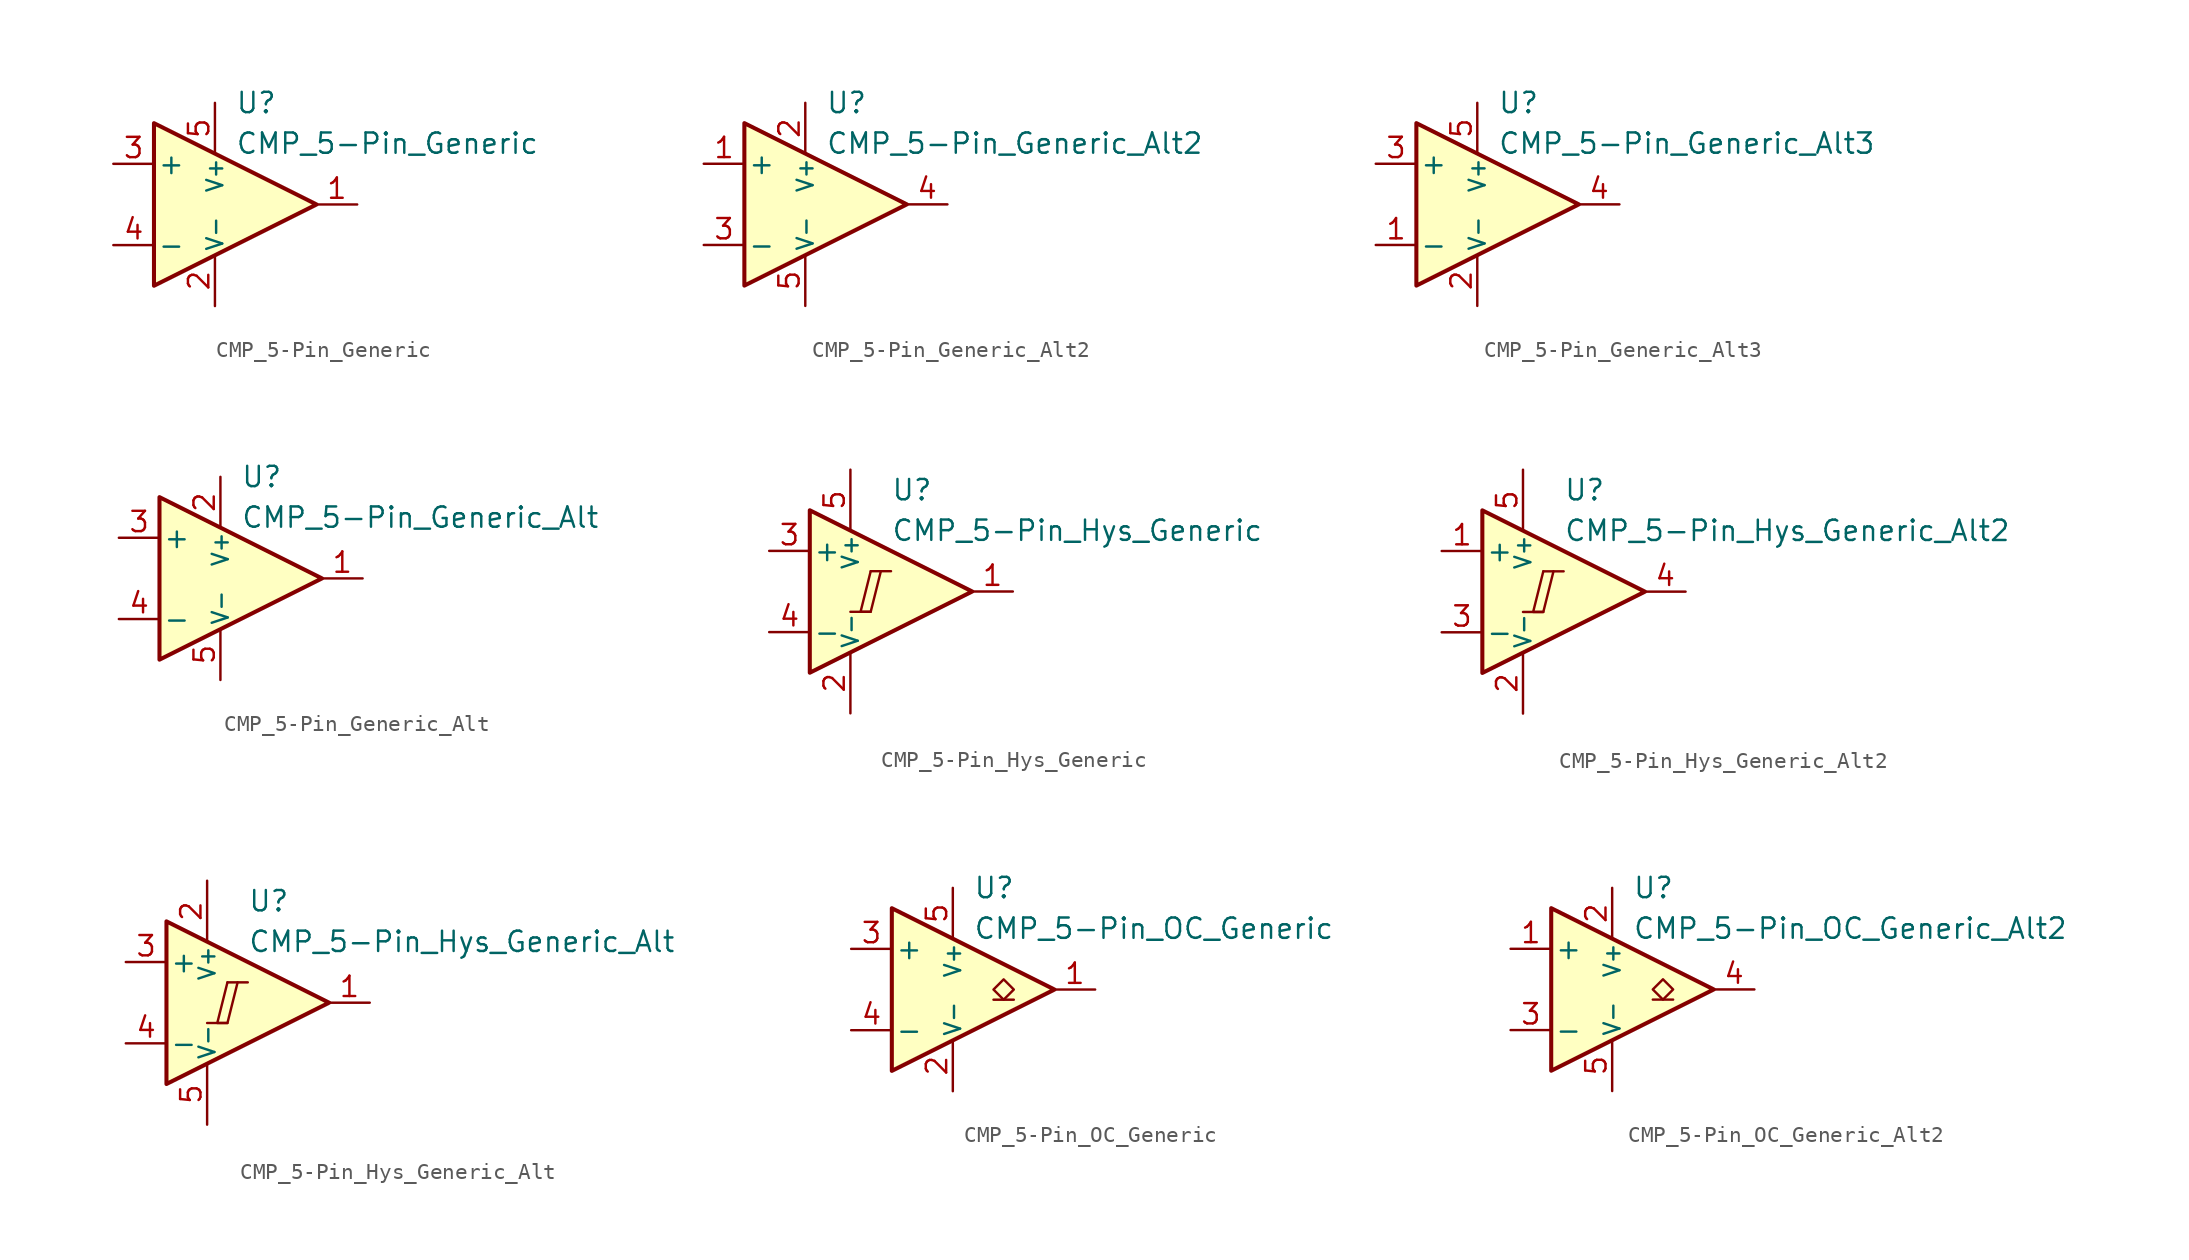
<source format=kicad_sym>
(kicad_symbol_lib
  (version 20211014)
  (generator kicad_symbol_editor)
  (symbol "CMP_5-Pin_Generic"
    (pin_names
      (offset 0.2))
    (property "Reference" "U"
      (at 1.27 6.35 0)
      (effects (font (size 1.27 1.27)) (justify left)))
    (property "Value" "CMP_5-Pin_Generic"
      (at 1.27 3.81 0)
      (effects (font (size 1.27 1.27)) (justify left)))
    (symbol "CMP_5-Pin_Generic_0_1"
      (polyline (pts (xy -3.81 5.08) (xy -3.81 -5.08) (xy 6.35 0) (xy -3.81 5.08)) (stroke (width 0.254) (type default) (color 0 0 0 0)) (fill (type background))))
    (symbol "CMP_5-Pin_Generic_1_1"
      (pin output line (at 8.89 0 180) (length 2.54) (name "~" (effects (font (size 1.27 1.27)))) (number "1" (effects (font (size 1.27 1.27)))))
      (pin power_in line (at 0 -6.35 90) (length 3.18) (name "V-" (effects (font (size 1 1)))) (number "2" (effects (font (size 1.27 1.27)))))
      (pin input line (at -6.35 2.54 0) (length 2.54) (name "+" (effects (font (size 1.27 1.27)))) (number "3" (effects (font (size 1.27 1.27)))))
      (pin input line (at -6.35 -2.54 0) (length 2.54) (name "-" (effects (font (size 1.27 1.27)))) (number "4" (effects (font (size 1.27 1.27)))))
      (pin power_in line (at 0 6.35 270) (length 3.18) (name "V+" (effects (font (size 1 1)))) (number "5" (effects (font (size 1.27 1.27)))))))
  (symbol "CMP_5-Pin_Generic_Alt2"
    (pin_names
      (offset 0.2))
    (property "Reference" "U"
      (at 1.27 6.35 0)
      (effects (font (size 1.27 1.27)) (justify left)))
    (property "Value" "CMP_5-Pin_Generic_Alt2"
      (at 1.27 3.81 0)
      (effects (font (size 1.27 1.27)) (justify left)))
    (symbol "CMP_5-Pin_Generic_Alt2_0_1"
      (polyline (pts (xy -3.81 5.08) (xy -3.81 -5.08) (xy 6.35 0) (xy -3.81 5.08)) (stroke (width 0.254) (type default) (color 0 0 0 0)) (fill (type background))))
    (symbol "CMP_5-Pin_Generic_Alt2_1_1"
      (pin input line (at -6.35 2.54 0) (length 2.54) (name "+" (effects (font (size 1.27 1.27)))) (number "1" (effects (font (size 1.27 1.27)))))
      (pin power_in line (at 0 6.35 270) (length 3.18) (name "V+" (effects (font (size 1 1)))) (number "2" (effects (font (size 1.27 1.27)))))
      (pin input line (at -6.35 -2.54 0) (length 2.54) (name "-" (effects (font (size 1.27 1.27)))) (number "3" (effects (font (size 1.27 1.27)))))
      (pin output line (at 8.89 0 180) (length 2.54) (name "~" (effects (font (size 1.27 1.27)))) (number "4" (effects (font (size 1.27 1.27)))))
      (pin power_in line (at 0 -6.35 90) (length 3.18) (name "V-" (effects (font (size 1 1)))) (number "5" (effects (font (size 1.27 1.27)))))))
  (symbol "CMP_5-Pin_Generic_Alt3"
    (pin_names
      (offset 0.2))
    (property "Reference" "U"
      (at 1.27 6.35 0)
      (effects (font (size 1.27 1.27)) (justify left)))
    (property "Value" "CMP_5-Pin_Generic_Alt3"
      (at 1.27 3.81 0)
      (effects (font (size 1.27 1.27)) (justify left)))
    (symbol "CMP_5-Pin_Generic_Alt3_0_1"
      (polyline (pts (xy -3.81 5.08) (xy -3.81 -5.08) (xy 6.35 0) (xy -3.81 5.08)) (stroke (width 0.254) (type default) (color 0 0 0 0)) (fill (type background))))
    (symbol "CMP_5-Pin_Generic_Alt3_1_1"
      (pin input line (at -6.35 -2.54 0) (length 2.54) (name "-" (effects (font (size 1.27 1.27)))) (number "1" (effects (font (size 1.27 1.27)))))
      (pin power_in line (at 0 -6.35 90) (length 3.18) (name "V-" (effects (font (size 1 1)))) (number "2" (effects (font (size 1.27 1.27)))))
      (pin input line (at -6.35 2.54 0) (length 2.54) (name "+" (effects (font (size 1.27 1.27)))) (number "3" (effects (font (size 1.27 1.27)))))
      (pin output line (at 8.89 0 180) (length 2.54) (name "~" (effects (font (size 1.27 1.27)))) (number "4" (effects (font (size 1.27 1.27)))))
      (pin power_in line (at 0 6.35 270) (length 3.18) (name "V+" (effects (font (size 1 1)))) (number "5" (effects (font (size 1.27 1.27)))))))
  (symbol "CMP_5-Pin_Generic_Alt"
    (pin_names
      (offset 0.2))
    (property "Reference" "U"
      (at 1.27 6.35 0)
      (effects (font (size 1.27 1.27)) (justify left)))
    (property "Value" "CMP_5-Pin_Generic_Alt"
      (at 1.27 3.81 0)
      (effects (font (size 1.27 1.27)) (justify left)))
    (symbol "CMP_5-Pin_Generic_Alt_0_1"
      (polyline (pts (xy -3.81 5.08) (xy -3.81 -5.08) (xy 6.35 0) (xy -3.81 5.08)) (stroke (width 0.254) (type default) (color 0 0 0 0)) (fill (type background))))
    (symbol "CMP_5-Pin_Generic_Alt_1_1"
      (pin output line (at 8.89 0 180) (length 2.54) (name "~" (effects (font (size 1.27 1.27)))) (number "1" (effects (font (size 1.27 1.27)))))
      (pin power_in line (at 0 6.35 270) (length 3.18) (name "V+" (effects (font (size 1 1)))) (number "2" (effects (font (size 1.27 1.27)))))
      (pin input line (at -6.35 2.54 0) (length 2.54) (name "+" (effects (font (size 1.27 1.27)))) (number "3" (effects (font (size 1.27 1.27)))))
      (pin input line (at -6.35 -2.54 0) (length 2.54) (name "-" (effects (font (size 1.27 1.27)))) (number "4" (effects (font (size 1.27 1.27)))))
      (pin power_in line (at 0 -6.35 90) (length 3.18) (name "V-" (effects (font (size 1 1)))) (number "5" (effects (font (size 1.27 1.27)))))))
  (symbol "CMP_5-Pin_Hys_Generic"
    (pin_names
      (offset 0.2))
    (property "Reference" "U"
      (at 1.27 6.35 0)
      (effects (font (size 1.27 1.27)) (justify left)))
    (property "Value" "CMP_5-Pin_Hys_Generic"
      (at 1.27 3.81 0)
      (effects (font (size 1.27 1.27)) (justify left)))
    (symbol "CMP_5-Pin_Hys_Generic_0_0"
      (polyline (pts (xy -1.27 -1.27) (xy 0 -1.27)) (stroke (width 0.152) (type default) (color 0 0 0 0)) (fill (type none)))
      (polyline (pts (xy 0 1.27) (xy 1.27 1.27)) (stroke (width 0.152) (type default) (color 0 0 0 0)) (fill (type none)))
      (polyline (pts (xy 0 1.27) (xy -0.635 -1.27) (xy 0 -1.27) (xy 0.635 1.27)) (stroke (width 0.152) (type default) (color 0 0 0 0)) (fill (type none))))
    (symbol "CMP_5-Pin_Hys_Generic_0_1"
      (polyline (pts (xy -3.81 5.08) (xy -3.81 -5.08) (xy 6.35 0) (xy -3.81 5.08)) (stroke (width 0.254) (type default) (color 0 0 0 0)) (fill (type background))))
    (symbol "CMP_5-Pin_Hys_Generic_1_1"
      (pin output line (at 8.89 0 180) (length 2.54) (name "~" (effects (font (size 1.27 1.27)))) (number "1" (effects (font (size 1.27 1.27)))))
      (pin power_in line (at -1.27 -7.62 90) (length 3.81) (name "V-" (effects (font (size 1 1)))) (number "2" (effects (font (size 1.27 1.27)))))
      (pin input line (at -6.35 2.54 0) (length 2.54) (name "+" (effects (font (size 1.27 1.27)))) (number "3" (effects (font (size 1.27 1.27)))))
      (pin input line (at -6.35 -2.54 0) (length 2.54) (name "-" (effects (font (size 1.27 1.27)))) (number "4" (effects (font (size 1.27 1.27)))))
      (pin power_in line (at -1.27 7.62 270) (length 3.81) (name "V+" (effects (font (size 1 1)))) (number "5" (effects (font (size 1.27 1.27)))))))
  (symbol "CMP_5-Pin_Hys_Generic_Alt2"
    (pin_names
      (offset 0.2))
    (property "Reference" "U"
      (at 1.27 6.35 0)
      (effects (font (size 1.27 1.27)) (justify left)))
    (property "Value" "CMP_5-Pin_Hys_Generic_Alt2"
      (at 1.27 3.81 0)
      (effects (font (size 1.27 1.27)) (justify left)))
    (symbol "CMP_5-Pin_Hys_Generic_Alt2_0_0"
      (polyline (pts (xy -1.27 -1.27) (xy 0 -1.27)) (stroke (width 0.152) (type default) (color 0 0 0 0)) (fill (type none)))
      (polyline (pts (xy 0 1.27) (xy 1.27 1.27)) (stroke (width 0.152) (type default) (color 0 0 0 0)) (fill (type none)))
      (polyline (pts (xy 0 1.27) (xy -0.635 -1.27) (xy 0 -1.27) (xy 0.635 1.27)) (stroke (width 0.152) (type default) (color 0 0 0 0)) (fill (type none))))
    (symbol "CMP_5-Pin_Hys_Generic_Alt2_0_1"
      (polyline (pts (xy -3.81 5.08) (xy -3.81 -5.08) (xy 6.35 0) (xy -3.81 5.08)) (stroke (width 0.254) (type default) (color 0 0 0 0)) (fill (type background))))
    (symbol "CMP_5-Pin_Hys_Generic_Alt2_1_1"
      (pin input line (at -6.35 2.54 0) (length 2.54) (name "+" (effects (font (size 1.27 1.27)))) (number "1" (effects (font (size 1.27 1.27)))))
      (pin power_in line (at -1.27 -7.62 90) (length 3.81) (name "V-" (effects (font (size 1 1)))) (number "2" (effects (font (size 1.27 1.27)))))
      (pin input line (at -6.35 -2.54 0) (length 2.54) (name "-" (effects (font (size 1.27 1.27)))) (number "3" (effects (font (size 1.27 1.27)))))
      (pin output line (at 8.89 0 180) (length 2.54) (name "~" (effects (font (size 1.27 1.27)))) (number "4" (effects (font (size 1.27 1.27)))))
      (pin power_in line (at -1.27 7.62 270) (length 3.81) (name "V+" (effects (font (size 1 1)))) (number "5" (effects (font (size 1.27 1.27)))))))
  (symbol "CMP_5-Pin_Hys_Generic_Alt"
    (pin_names
      (offset 0.2))
    (property "Reference" "U"
      (at 1.27 6.35 0)
      (effects (font (size 1.27 1.27)) (justify left)))
    (property "Value" "CMP_5-Pin_Hys_Generic_Alt"
      (at 1.27 3.81 0)
      (effects (font (size 1.27 1.27)) (justify left)))
    (symbol "CMP_5-Pin_Hys_Generic_Alt_0_0"
      (polyline (pts (xy -1.27 -1.27) (xy 0 -1.27)) (stroke (width 0.152) (type default) (color 0 0 0 0)) (fill (type none)))
      (polyline (pts (xy 0 1.27) (xy 1.27 1.27)) (stroke (width 0.152) (type default) (color 0 0 0 0)) (fill (type none)))
      (polyline (pts (xy 0 1.27) (xy -0.635 -1.27) (xy 0 -1.27) (xy 0.635 1.27)) (stroke (width 0.152) (type default) (color 0 0 0 0)) (fill (type none))))
    (symbol "CMP_5-Pin_Hys_Generic_Alt_0_1"
      (polyline (pts (xy -3.81 5.08) (xy -3.81 -5.08) (xy 6.35 0) (xy -3.81 5.08)) (stroke (width 0.254) (type default) (color 0 0 0 0)) (fill (type background))))
    (symbol "CMP_5-Pin_Hys_Generic_Alt_1_1"
      (pin output line (at 8.89 0 180) (length 2.54) (name "~" (effects (font (size 1.27 1.27)))) (number "1" (effects (font (size 1.27 1.27)))))
      (pin power_in line (at -1.27 7.62 270) (length 3.81) (name "V+" (effects (font (size 1 1)))) (number "2" (effects (font (size 1.27 1.27)))))
      (pin input line (at -6.35 2.54 0) (length 2.54) (name "+" (effects (font (size 1.27 1.27)))) (number "3" (effects (font (size 1.27 1.27)))))
      (pin input line (at -6.35 -2.54 0) (length 2.54) (name "-" (effects (font (size 1.27 1.27)))) (number "4" (effects (font (size 1.27 1.27)))))
      (pin power_in line (at -1.27 -7.62 90) (length 3.81) (name "V-" (effects (font (size 1 1)))) (number "5" (effects (font (size 1.27 1.27)))))))
  (symbol "CMP_5-Pin_OC_Generic"
    (pin_names
      (offset 0.2))
    (property "Reference" "U"
      (at 1.27 6.35 0)
      (effects (font (size 1.27 1.27)) (justify left)))
    (property "Value" "CMP_5-Pin_OC_Generic"
      (at 1.27 3.81 0)
      (effects (font (size 1.27 1.27)) (justify left)))
    (symbol "CMP_5-Pin_OC_Generic_0_1"
      (polyline (pts (xy -3.81 5.08) (xy -3.81 -5.08) (xy 6.35 0) (xy -3.81 5.08)) (stroke (width 0.254) (type default) (color 0 0 0 0)) (fill (type background))))
    (symbol "CMP_5-Pin_OC_Generic_1_1"
      (polyline (pts (xy 3.81 -0.635) (xy 2.54 -0.635)) (stroke (width 0.152) (type default) (color 0 0 0 0)) (fill (type none)))
      (polyline (pts (xy 3.175 -0.635) (xy 2.54 0) (xy 3.175 0.635) (xy 3.81 0) (xy 3.175 -0.635)) (stroke (width 0.152) (type default) (color 0 0 0 0)) (fill (type none)))
      (pin open_collector line (at 8.89 0 180) (length 2.54) (name "~" (effects (font (size 1.27 1.27)))) (number "1" (effects (font (size 1.27 1.27)))))
      (pin power_in line (at 0 -6.35 90) (length 3.18) (name "V-" (effects (font (size 1 1)))) (number "2" (effects (font (size 1.27 1.27)))))
      (pin input line (at -6.35 2.54 0) (length 2.54) (name "+" (effects (font (size 1.27 1.27)))) (number "3" (effects (font (size 1.27 1.27)))))
      (pin input line (at -6.35 -2.54 0) (length 2.54) (name "-" (effects (font (size 1.27 1.27)))) (number "4" (effects (font (size 1.27 1.27)))))
      (pin power_in line (at 0 6.35 270) (length 3.18) (name "V+" (effects (font (size 1 1)))) (number "5" (effects (font (size 1.27 1.27)))))))
  (symbol "CMP_5-Pin_OC_Generic_Alt2"
    (pin_names
      (offset 0.2))
    (property "Reference" "U"
      (at 1.27 6.35 0)
      (effects (font (size 1.27 1.27)) (justify left)))
    (property "Value" "CMP_5-Pin_OC_Generic_Alt2"
      (at 1.27 3.81 0)
      (effects (font (size 1.27 1.27)) (justify left)))
    (symbol "CMP_5-Pin_OC_Generic_Alt2_0_1"
      (polyline (pts (xy -3.81 5.08) (xy -3.81 -5.08) (xy 6.35 0) (xy -3.81 5.08)) (stroke (width 0.254) (type default) (color 0 0 0 0)) (fill (type background))))
    (symbol "CMP_5-Pin_OC_Generic_Alt2_1_1"
      (polyline (pts (xy 3.81 -0.635) (xy 2.54 -0.635)) (stroke (width 0.152) (type default) (color 0 0 0 0)) (fill (type none)))
      (polyline (pts (xy 3.175 -0.635) (xy 2.54 0) (xy 3.175 0.635) (xy 3.81 0) (xy 3.175 -0.635)) (stroke (width 0.152) (type default) (color 0 0 0 0)) (fill (type none)))
      (pin input line (at -6.35 2.54 0) (length 2.54) (name "+" (effects (font (size 1.27 1.27)))) (number "1" (effects (font (size 1.27 1.27)))))
      (pin power_in line (at 0 6.35 270) (length 3.18) (name "V+" (effects (font (size 1 1)))) (number "2" (effects (font (size 1.27 1.27)))))
      (pin input line (at -6.35 -2.54 0) (length 2.54) (name "-" (effects (font (size 1.27 1.27)))) (number "3" (effects (font (size 1.27 1.27)))))
      (pin open_collector line (at 8.89 0 180) (length 2.54) (name "~" (effects (font (size 1.27 1.27)))) (number "4" (effects (font (size 1.27 1.27)))))
      (pin power_in line (at 0 -6.35 90) (length 3.18) (name "V-" (effects (font (size 1 1)))) (number "5" (effects (font (size 1.27 1.27))))))))
</source>
